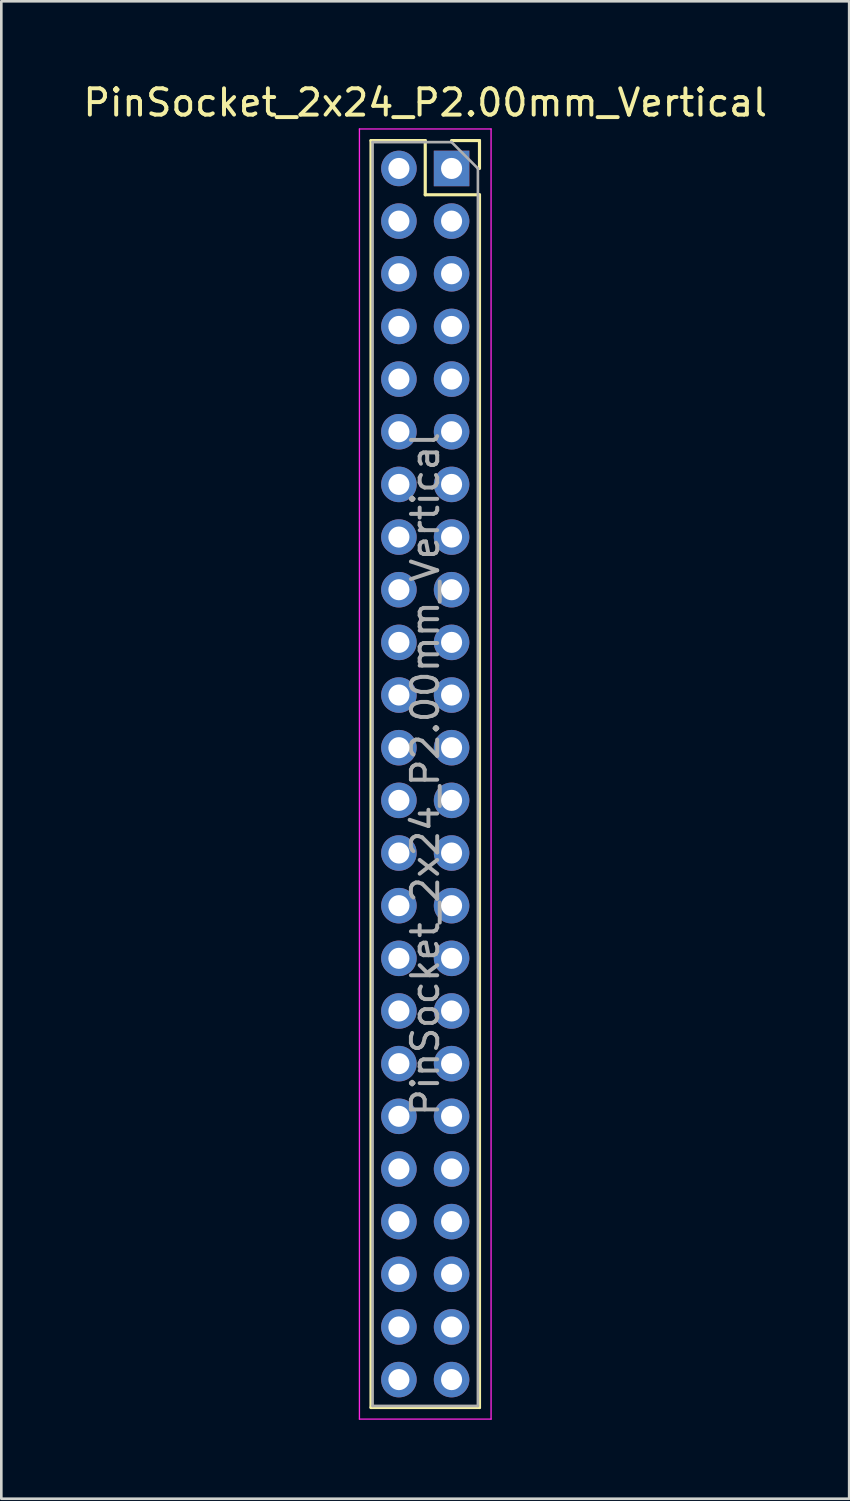
<source format=kicad_pcb>
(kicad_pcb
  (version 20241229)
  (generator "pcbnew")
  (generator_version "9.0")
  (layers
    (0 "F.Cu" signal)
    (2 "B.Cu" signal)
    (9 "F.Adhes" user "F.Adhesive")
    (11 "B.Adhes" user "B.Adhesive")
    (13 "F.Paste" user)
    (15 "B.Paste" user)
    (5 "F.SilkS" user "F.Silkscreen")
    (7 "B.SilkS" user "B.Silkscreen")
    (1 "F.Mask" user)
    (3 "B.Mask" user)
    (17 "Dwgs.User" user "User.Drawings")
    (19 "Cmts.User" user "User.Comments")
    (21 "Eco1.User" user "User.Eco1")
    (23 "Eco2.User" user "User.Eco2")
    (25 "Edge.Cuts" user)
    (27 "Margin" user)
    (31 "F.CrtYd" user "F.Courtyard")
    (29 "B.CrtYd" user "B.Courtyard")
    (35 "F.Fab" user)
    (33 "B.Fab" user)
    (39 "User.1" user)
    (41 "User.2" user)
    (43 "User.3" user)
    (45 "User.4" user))
  (footprint "PinSocket_2x24_P2.00mm_Vertical"
    (layer "F.Cu")
    (at 14.101 3.348)
    (property "Reference" "PinSocket_2x24_P2.00mm_Vertical" (at -1 -2.5 0) (layer "F.SilkS") (effects (font (size 1 1) (thickness 0.15))))
    (attr through_hole)
    (fp_line (start -3.06 -1.06) (end -3.06 47.06) (stroke (width 0.12) (type solid)) (layer "F.SilkS"))
    (fp_line (start -3.06 -1.06) (end -1 -1.06) (stroke (width 0.12) (type solid)) (layer "F.SilkS"))
    (fp_line (start -3.06 47.06) (end 1.06 47.06) (stroke (width 0.12) (type solid)) (layer "F.SilkS"))
    (fp_line (start -1 -1.06) (end -1 1) (stroke (width 0.12) (type solid)) (layer "F.SilkS"))
    (fp_line (start -1 1) (end 1.06 1) (stroke (width 0.12) (type solid)) (layer "F.SilkS"))
    (fp_line (start 0 -1.06) (end 1.06 -1.06) (stroke (width 0.12) (type solid)) (layer "F.SilkS"))
    (fp_line (start 1.06 -1.06) (end 1.06 0) (stroke (width 0.12) (type solid)) (layer "F.SilkS"))
    (fp_line (start 1.06 1) (end 1.06 47.06) (stroke (width 0.12) (type solid)) (layer "F.SilkS"))
    (fp_line (start -3.5 -1.5) (end 1.5 -1.5) (stroke (width 0.05) (type solid)) (layer "F.CrtYd"))
    (fp_line (start -3.5 47.5) (end -3.5 -1.5) (stroke (width 0.05) (type solid)) (layer "F.CrtYd"))
    (fp_line (start 1.5 -1.5) (end 1.5 47.5) (stroke (width 0.05) (type solid)) (layer "F.CrtYd"))
    (fp_line (start 1.5 47.5) (end -3.5 47.5) (stroke (width 0.05) (type solid)) (layer "F.CrtYd"))
    (fp_line (start -3 -1) (end 0 -1) (stroke (width 0.1) (type solid)) (layer "F.Fab"))
    (fp_line (start -3 47) (end -3 -1) (stroke (width 0.1) (type solid)) (layer "F.Fab"))
    (fp_line (start 0 -1) (end 1 0) (stroke (width 0.1) (type solid)) (layer "F.Fab"))
    (fp_line (start 1 0) (end 1 47) (stroke (width 0.1) (type solid)) (layer "F.Fab"))
    (fp_line (start 1 47) (end -3 47) (stroke (width 0.1) (type solid)) (layer "F.Fab"))
    (fp_text user "${REFERENCE}" (at -1 23 90) (layer "F.Fab") (effects (font (size 1 1) (thickness 0.15))))
    (pad "1" thru_hole rect (at 0 0) (size 1.35 1.35) (drill 0.8) (layers "*.Cu" "*.Mask"))
    (pad "2" thru_hole circle (at -2 0) (size 1.35 1.35) (drill 0.8) (layers "*.Cu" "*.Mask"))
    (pad "3" thru_hole circle (at 0 2) (size 1.35 1.35) (drill 0.8) (layers "*.Cu" "*.Mask"))
    (pad "4" thru_hole circle (at -2 2) (size 1.35 1.35) (drill 0.8) (layers "*.Cu" "*.Mask"))
    (pad "5" thru_hole circle (at 0 4) (size 1.35 1.35) (drill 0.8) (layers "*.Cu" "*.Mask"))
    (pad "6" thru_hole circle (at -2 4) (size 1.35 1.35) (drill 0.8) (layers "*.Cu" "*.Mask"))
    (pad "7" thru_hole circle (at 0 6) (size 1.35 1.35) (drill 0.8) (layers "*.Cu" "*.Mask"))
    (pad "8" thru_hole circle (at -2 6) (size 1.35 1.35) (drill 0.8) (layers "*.Cu" "*.Mask"))
    (pad "9" thru_hole circle (at 0 8) (size 1.35 1.35) (drill 0.8) (layers "*.Cu" "*.Mask"))
    (pad "10" thru_hole circle (at -2 8) (size 1.35 1.35) (drill 0.8) (layers "*.Cu" "*.Mask"))
    (pad "11" thru_hole circle (at 0 10) (size 1.35 1.35) (drill 0.8) (layers "*.Cu" "*.Mask"))
    (pad "12" thru_hole circle (at -2 10) (size 1.35 1.35) (drill 0.8) (layers "*.Cu" "*.Mask"))
    (pad "13" thru_hole circle (at 0 12) (size 1.35 1.35) (drill 0.8) (layers "*.Cu" "*.Mask"))
    (pad "14" thru_hole circle (at -2 12) (size 1.35 1.35) (drill 0.8) (layers "*.Cu" "*.Mask"))
    (pad "15" thru_hole circle (at 0 14) (size 1.35 1.35) (drill 0.8) (layers "*.Cu" "*.Mask"))
    (pad "16" thru_hole circle (at -2 14) (size 1.35 1.35) (drill 0.8) (layers "*.Cu" "*.Mask"))
    (pad "17" thru_hole circle (at 0 16) (size 1.35 1.35) (drill 0.8) (layers "*.Cu" "*.Mask"))
    (pad "18" thru_hole circle (at -2 16) (size 1.35 1.35) (drill 0.8) (layers "*.Cu" "*.Mask"))
    (pad "19" thru_hole circle (at 0 18) (size 1.35 1.35) (drill 0.8) (layers "*.Cu" "*.Mask"))
    (pad "20" thru_hole circle (at -2 18) (size 1.35 1.35) (drill 0.8) (layers "*.Cu" "*.Mask"))
    (pad "21" thru_hole circle (at 0 20) (size 1.35 1.35) (drill 0.8) (layers "*.Cu" "*.Mask"))
    (pad "22" thru_hole circle (at -2 20) (size 1.35 1.35) (drill 0.8) (layers "*.Cu" "*.Mask"))
    (pad "23" thru_hole circle (at 0 22) (size 1.35 1.35) (drill 0.8) (layers "*.Cu" "*.Mask"))
    (pad "24" thru_hole circle (at -2 22) (size 1.35 1.35) (drill 0.8) (layers "*.Cu" "*.Mask"))
    (pad "25" thru_hole circle (at 0 24) (size 1.35 1.35) (drill 0.8) (layers "*.Cu" "*.Mask"))
    (pad "26" thru_hole circle (at -2 24) (size 1.35 1.35) (drill 0.8) (layers "*.Cu" "*.Mask"))
    (pad "27" thru_hole circle (at 0 26) (size 1.35 1.35) (drill 0.8) (layers "*.Cu" "*.Mask"))
    (pad "28" thru_hole circle (at -2 26) (size 1.35 1.35) (drill 0.8) (layers "*.Cu" "*.Mask"))
    (pad "29" thru_hole circle (at 0 28) (size 1.35 1.35) (drill 0.8) (layers "*.Cu" "*.Mask"))
    (pad "30" thru_hole circle (at -2 28) (size 1.35 1.35) (drill 0.8) (layers "*.Cu" "*.Mask"))
    (pad "31" thru_hole circle (at 0 30) (size 1.35 1.35) (drill 0.8) (layers "*.Cu" "*.Mask"))
    (pad "32" thru_hole circle (at -2 30) (size 1.35 1.35) (drill 0.8) (layers "*.Cu" "*.Mask"))
    (pad "33" thru_hole circle (at 0 32) (size 1.35 1.35) (drill 0.8) (layers "*.Cu" "*.Mask"))
    (pad "34" thru_hole circle (at -2 32) (size 1.35 1.35) (drill 0.8) (layers "*.Cu" "*.Mask"))
    (pad "35" thru_hole circle (at 0 34) (size 1.35 1.35) (drill 0.8) (layers "*.Cu" "*.Mask"))
    (pad "36" thru_hole circle (at -2 34) (size 1.35 1.35) (drill 0.8) (layers "*.Cu" "*.Mask"))
    (pad "37" thru_hole circle (at 0 36) (size 1.35 1.35) (drill 0.8) (layers "*.Cu" "*.Mask"))
    (pad "38" thru_hole circle (at -2 36) (size 1.35 1.35) (drill 0.8) (layers "*.Cu" "*.Mask"))
    (pad "39" thru_hole circle (at 0 38) (size 1.35 1.35) (drill 0.8) (layers "*.Cu" "*.Mask"))
    (pad "40" thru_hole circle (at -2 38) (size 1.35 1.35) (drill 0.8) (layers "*.Cu" "*.Mask"))
    (pad "41" thru_hole circle (at 0 40) (size 1.35 1.35) (drill 0.8) (layers "*.Cu" "*.Mask"))
    (pad "42" thru_hole circle (at -2 40) (size 1.35 1.35) (drill 0.8) (layers "*.Cu" "*.Mask"))
    (pad "43" thru_hole circle (at 0 42) (size 1.35 1.35) (drill 0.8) (layers "*.Cu" "*.Mask"))
    (pad "44" thru_hole circle (at -2 42) (size 1.35 1.35) (drill 0.8) (layers "*.Cu" "*.Mask"))
    (pad "45" thru_hole circle (at 0 44) (size 1.35 1.35) (drill 0.8) (layers "*.Cu" "*.Mask"))
    (pad "46" thru_hole circle (at -2 44) (size 1.35 1.35) (drill 0.8) (layers "*.Cu" "*.Mask"))
    (pad "47" thru_hole circle (at 0 46) (size 1.35 1.35) (drill 0.8) (layers "*.Cu" "*.Mask"))
    (pad "48" thru_hole circle (at -2 46) (size 1.35 1.35) (drill 0.8) (layers "*.Cu" "*.Mask")))
  (gr_rect
    (start -3 -3)
    (end 29.202 53.873)
    (stroke (width 0.1) (type default))
    (fill no)
    (layer "Edge.Cuts")))
</source>
